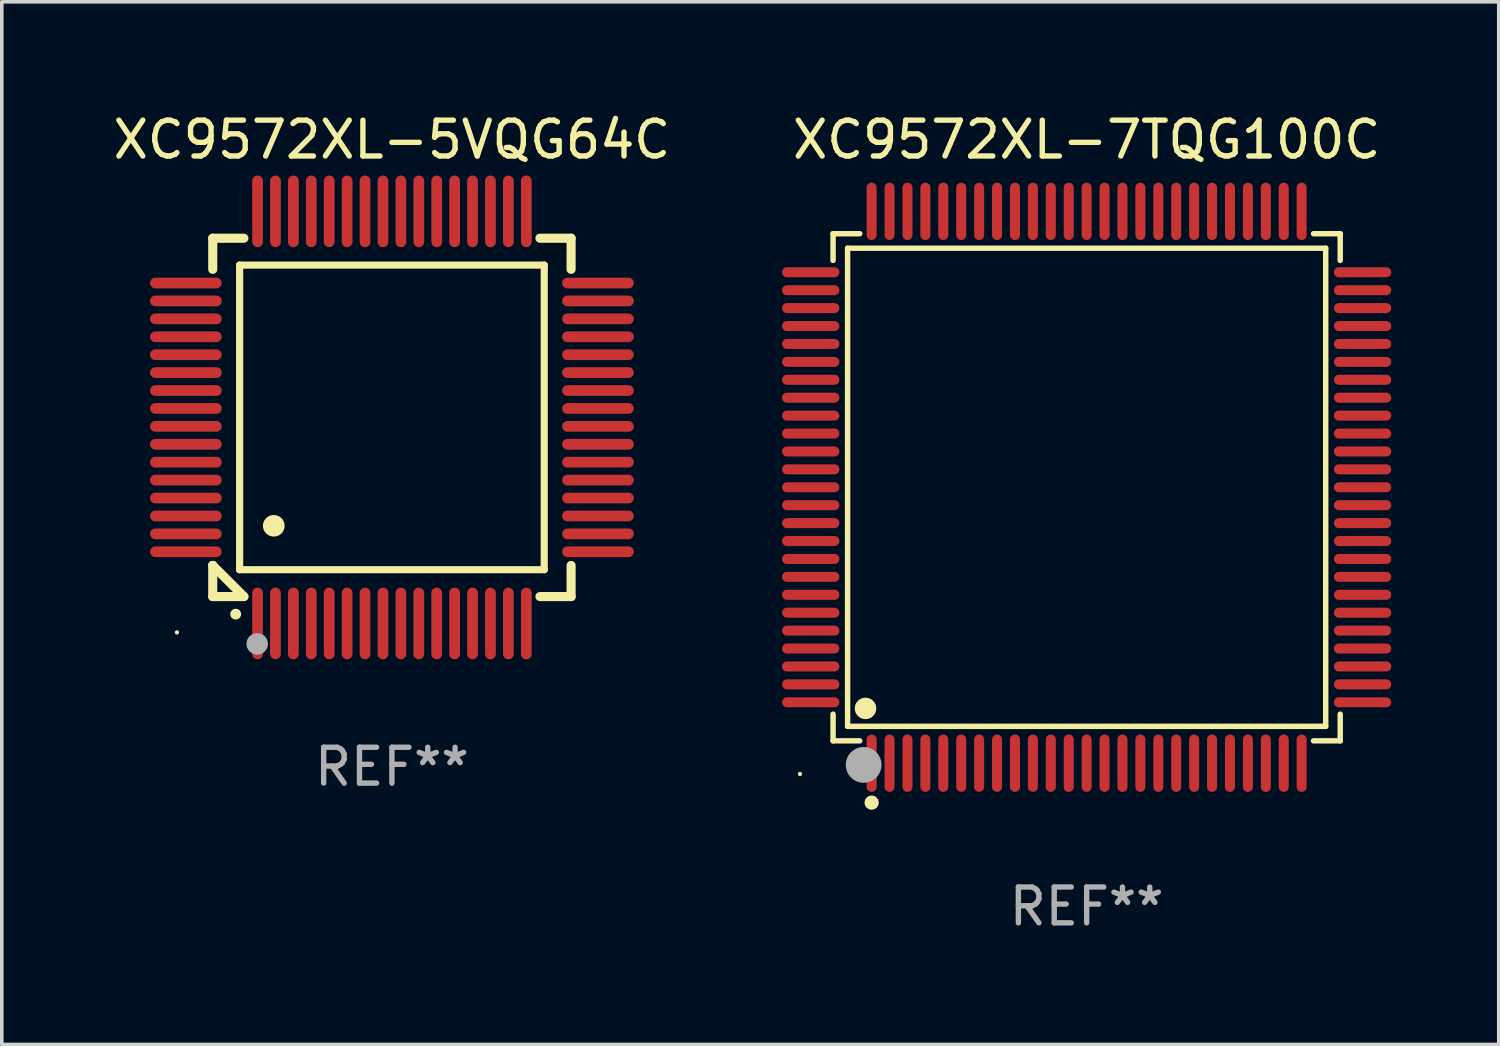
<source format=kicad_pcb>
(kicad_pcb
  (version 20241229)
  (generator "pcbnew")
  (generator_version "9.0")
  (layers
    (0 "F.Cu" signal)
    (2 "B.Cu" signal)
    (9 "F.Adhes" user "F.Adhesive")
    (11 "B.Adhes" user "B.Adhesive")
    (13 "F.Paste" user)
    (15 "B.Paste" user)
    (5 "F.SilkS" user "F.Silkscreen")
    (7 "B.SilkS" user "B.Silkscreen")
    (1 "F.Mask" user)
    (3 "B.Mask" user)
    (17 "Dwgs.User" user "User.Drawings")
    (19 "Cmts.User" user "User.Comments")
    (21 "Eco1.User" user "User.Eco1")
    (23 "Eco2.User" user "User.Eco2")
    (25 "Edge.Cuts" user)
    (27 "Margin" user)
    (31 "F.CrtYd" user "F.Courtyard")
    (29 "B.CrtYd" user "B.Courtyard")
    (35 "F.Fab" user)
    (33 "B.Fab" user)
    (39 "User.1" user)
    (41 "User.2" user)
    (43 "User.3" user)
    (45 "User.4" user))
  (footprint "XC9572XL-7TQG100C"
    (layer "F.Cu")
    (at 27.274 10.548)
    (property "Reference" "XC9572XL-7TQG100C" (at 0 -9.7 0) (layer "F.SilkS") (effects (font (size 1 1) (thickness 0.15))))
    (attr through_hole)
    (fp_line (start -7.076 -7.076) (end -6.331 -7.076) (stroke (width 0.152) (type solid)) (layer "F.SilkS"))
    (fp_line (start -7.076 -6.331) (end -7.076 -7.076) (stroke (width 0.152) (type solid)) (layer "F.SilkS"))
    (fp_line (start -7.076 6.331) (end -7.076 7.076) (stroke (width 0.152) (type solid)) (layer "F.SilkS"))
    (fp_line (start -7.076 7.076) (end -6.331 7.076) (stroke (width 0.152) (type solid)) (layer "F.SilkS"))
    (fp_line (start -6.671 -6.671) (end 6.671 -6.671) (stroke (width 0.152) (type solid)) (layer "F.SilkS"))
    (fp_line (start -6.671 6.671) (end -6.671 -6.671) (stroke (width 0.152) (type solid)) (layer "F.SilkS"))
    (fp_line (start 6.671 -6.671) (end 6.671 6.671) (stroke (width 0.152) (type solid)) (layer "F.SilkS"))
    (fp_line (start 6.671 6.671) (end -6.671 6.671) (stroke (width 0.152) (type solid)) (layer "F.SilkS"))
    (fp_line (start 7.076 -7.076) (end 6.331 -7.076) (stroke (width 0.152) (type solid)) (layer "F.SilkS"))
    (fp_line (start 7.076 -6.331) (end 7.076 -7.076) (stroke (width 0.152) (type solid)) (layer "F.SilkS"))
    (fp_line (start 7.076 6.331) (end 7.076 7.076) (stroke (width 0.152) (type solid)) (layer "F.SilkS"))
    (fp_line (start 7.076 7.076) (end 6.331 7.076) (stroke (width 0.152) (type solid)) (layer "F.SilkS"))
    (fp_circle (center -8 8) (end -7.97 8) (stroke (width 0.06) (type solid)) (fill no) (layer "F.SilkS"))
    (fp_circle (center -6.171 6.171) (end -6.021 6.171) (stroke (width 0.3) (type solid)) (fill no) (layer "F.SilkS"))
    (fp_circle (center -6 8.8) (end -5.9 8.8) (stroke (width 0.2) (type solid)) (fill no) (layer "F.SilkS"))
    (fp_circle (center -6.223 7.747) (end -5.973 7.747) (stroke (width 0.5) (type solid)) (fill no) (layer "F.Fab"))
    (fp_text user "REF**" (at 0 11.7 0) (layer "F.Fab") (effects (font (size 1 1) (thickness 0.15))))
    (pad "1" smd oval (at -6 7.7) (size 0.28 1.6) (layers "F.Cu" "F.Mask" "F.Paste"))
    (pad "2" smd oval (at -5.5 7.7) (size 0.28 1.6) (layers "F.Cu" "F.Mask" "F.Paste"))
    (pad "3" smd oval (at -5 7.7) (size 0.28 1.6) (layers "F.Cu" "F.Mask" "F.Paste"))
    (pad "4" smd oval (at -4.5 7.7) (size 0.28 1.6) (layers "F.Cu" "F.Mask" "F.Paste"))
    (pad "5" smd oval (at -4 7.7) (size 0.28 1.6) (layers "F.Cu" "F.Mask" "F.Paste"))
    (pad "6" smd oval (at -3.5 7.7) (size 0.28 1.6) (layers "F.Cu" "F.Mask" "F.Paste"))
    (pad "7" smd oval (at -3 7.7) (size 0.28 1.6) (layers "F.Cu" "F.Mask" "F.Paste"))
    (pad "8" smd oval (at -2.5 7.7) (size 0.28 1.6) (layers "F.Cu" "F.Mask" "F.Paste"))
    (pad "9" smd oval (at -2 7.7) (size 0.28 1.6) (layers "F.Cu" "F.Mask" "F.Paste"))
    (pad "10" smd oval (at -1.5 7.7) (size 0.28 1.6) (layers "F.Cu" "F.Mask" "F.Paste"))
    (pad "11" smd oval (at -1 7.7) (size 0.28 1.6) (layers "F.Cu" "F.Mask" "F.Paste"))
    (pad "12" smd oval (at -0.5 7.7) (size 0.28 1.6) (layers "F.Cu" "F.Mask" "F.Paste"))
    (pad "13" smd oval (at 0 7.7) (size 0.28 1.6) (layers "F.Cu" "F.Mask" "F.Paste"))
    (pad "14" smd oval (at 0.5 7.7) (size 0.28 1.6) (layers "F.Cu" "F.Mask" "F.Paste"))
    (pad "15" smd oval (at 1 7.7) (size 0.28 1.6) (layers "F.Cu" "F.Mask" "F.Paste"))
    (pad "16" smd oval (at 1.5 7.7) (size 0.28 1.6) (layers "F.Cu" "F.Mask" "F.Paste"))
    (pad "17" smd oval (at 2 7.7) (size 0.28 1.6) (layers "F.Cu" "F.Mask" "F.Paste"))
    (pad "18" smd oval (at 2.5 7.7) (size 0.28 1.6) (layers "F.Cu" "F.Mask" "F.Paste"))
    (pad "19" smd oval (at 3 7.7) (size 0.28 1.6) (layers "F.Cu" "F.Mask" "F.Paste"))
    (pad "20" smd oval (at 3.5 7.7) (size 0.28 1.6) (layers "F.Cu" "F.Mask" "F.Paste"))
    (pad "21" smd oval (at 4 7.7) (size 0.28 1.6) (layers "F.Cu" "F.Mask" "F.Paste"))
    (pad "22" smd oval (at 4.5 7.7) (size 0.28 1.6) (layers "F.Cu" "F.Mask" "F.Paste"))
    (pad "23" smd oval (at 5 7.7) (size 0.28 1.6) (layers "F.Cu" "F.Mask" "F.Paste"))
    (pad "24" smd oval (at 5.5 7.7) (size 0.28 1.6) (layers "F.Cu" "F.Mask" "F.Paste"))
    (pad "25" smd oval (at 6 7.7) (size 0.28 1.6) (layers "F.Cu" "F.Mask" "F.Paste"))
    (pad "26" smd oval (at 7.7 6) (size 1.6 0.28) (layers "F.Cu" "F.Mask" "F.Paste"))
    (pad "27" smd oval (at 7.7 5.5) (size 1.6 0.28) (layers "F.Cu" "F.Mask" "F.Paste"))
    (pad "28" smd oval (at 7.7 5) (size 1.6 0.28) (layers "F.Cu" "F.Mask" "F.Paste"))
    (pad "29" smd oval (at 7.7 4.5) (size 1.6 0.28) (layers "F.Cu" "F.Mask" "F.Paste"))
    (pad "30" smd oval (at 7.7 4) (size 1.6 0.28) (layers "F.Cu" "F.Mask" "F.Paste"))
    (pad "31" smd oval (at 7.7 3.5) (size 1.6 0.28) (layers "F.Cu" "F.Mask" "F.Paste"))
    (pad "32" smd oval (at 7.7 3) (size 1.6 0.28) (layers "F.Cu" "F.Mask" "F.Paste"))
    (pad "33" smd oval (at 7.7 2.5) (size 1.6 0.28) (layers "F.Cu" "F.Mask" "F.Paste"))
    (pad "34" smd oval (at 7.7 2) (size 1.6 0.28) (layers "F.Cu" "F.Mask" "F.Paste"))
    (pad "35" smd oval (at 7.7 1.5) (size 1.6 0.28) (layers "F.Cu" "F.Mask" "F.Paste"))
    (pad "36" smd oval (at 7.7 1) (size 1.6 0.28) (layers "F.Cu" "F.Mask" "F.Paste"))
    (pad "37" smd oval (at 7.7 0.5) (size 1.6 0.28) (layers "F.Cu" "F.Mask" "F.Paste"))
    (pad "38" smd oval (at 7.7 0) (size 1.6 0.28) (layers "F.Cu" "F.Mask" "F.Paste"))
    (pad "39" smd oval (at 7.7 -0.5) (size 1.6 0.28) (layers "F.Cu" "F.Mask" "F.Paste"))
    (pad "40" smd oval (at 7.7 -1) (size 1.6 0.28) (layers "F.Cu" "F.Mask" "F.Paste"))
    (pad "41" smd oval (at 7.7 -1.5) (size 1.6 0.28) (layers "F.Cu" "F.Mask" "F.Paste"))
    (pad "42" smd oval (at 7.7 -2) (size 1.6 0.28) (layers "F.Cu" "F.Mask" "F.Paste"))
    (pad "43" smd oval (at 7.7 -2.5) (size 1.6 0.28) (layers "F.Cu" "F.Mask" "F.Paste"))
    (pad "44" smd oval (at 7.7 -3) (size 1.6 0.28) (layers "F.Cu" "F.Mask" "F.Paste"))
    (pad "45" smd oval (at 7.7 -3.5) (size 1.6 0.28) (layers "F.Cu" "F.Mask" "F.Paste"))
    (pad "46" smd oval (at 7.7 -4) (size 1.6 0.28) (layers "F.Cu" "F.Mask" "F.Paste"))
    (pad "47" smd oval (at 7.7 -4.5) (size 1.6 0.28) (layers "F.Cu" "F.Mask" "F.Paste"))
    (pad "48" smd oval (at 7.7 -5) (size 1.6 0.28) (layers "F.Cu" "F.Mask" "F.Paste"))
    (pad "49" smd oval (at 7.7 -5.5) (size 1.6 0.28) (layers "F.Cu" "F.Mask" "F.Paste"))
    (pad "50" smd oval (at 7.7 -6) (size 1.6 0.28) (layers "F.Cu" "F.Mask" "F.Paste"))
    (pad "51" smd oval (at 6 -7.7) (size 0.28 1.6) (layers "F.Cu" "F.Mask" "F.Paste"))
    (pad "52" smd oval (at 5.5 -7.7) (size 0.28 1.6) (layers "F.Cu" "F.Mask" "F.Paste"))
    (pad "53" smd oval (at 5 -7.7) (size 0.28 1.6) (layers "F.Cu" "F.Mask" "F.Paste"))
    (pad "54" smd oval (at 4.5 -7.7) (size 0.28 1.6) (layers "F.Cu" "F.Mask" "F.Paste"))
    (pad "55" smd oval (at 4 -7.7) (size 0.28 1.6) (layers "F.Cu" "F.Mask" "F.Paste"))
    (pad "56" smd oval (at 3.5 -7.7) (size 0.28 1.6) (layers "F.Cu" "F.Mask" "F.Paste"))
    (pad "57" smd oval (at 3 -7.7) (size 0.28 1.6) (layers "F.Cu" "F.Mask" "F.Paste"))
    (pad "58" smd oval (at 2.5 -7.7) (size 0.28 1.6) (layers "F.Cu" "F.Mask" "F.Paste"))
    (pad "59" smd oval (at 2 -7.7) (size 0.28 1.6) (layers "F.Cu" "F.Mask" "F.Paste"))
    (pad "60" smd oval (at 1.5 -7.7) (size 0.28 1.6) (layers "F.Cu" "F.Mask" "F.Paste"))
    (pad "61" smd oval (at 1 -7.7) (size 0.28 1.6) (layers "F.Cu" "F.Mask" "F.Paste"))
    (pad "62" smd oval (at 0.5 -7.7) (size 0.28 1.6) (layers "F.Cu" "F.Mask" "F.Paste"))
    (pad "63" smd oval (at 0 -7.7) (size 0.28 1.6) (layers "F.Cu" "F.Mask" "F.Paste"))
    (pad "64" smd oval (at -0.5 -7.7) (size 0.28 1.6) (layers "F.Cu" "F.Mask" "F.Paste"))
    (pad "65" smd oval (at -1 -7.7) (size 0.28 1.6) (layers "F.Cu" "F.Mask" "F.Paste"))
    (pad "66" smd oval (at -1.5 -7.7) (size 0.28 1.6) (layers "F.Cu" "F.Mask" "F.Paste"))
    (pad "67" smd oval (at -2 -7.7) (size 0.28 1.6) (layers "F.Cu" "F.Mask" "F.Paste"))
    (pad "68" smd oval (at -2.5 -7.7) (size 0.28 1.6) (layers "F.Cu" "F.Mask" "F.Paste"))
    (pad "69" smd oval (at -3 -7.7) (size 0.28 1.6) (layers "F.Cu" "F.Mask" "F.Paste"))
    (pad "70" smd oval (at -3.5 -7.7) (size 0.28 1.6) (layers "F.Cu" "F.Mask" "F.Paste"))
    (pad "71" smd oval (at -4 -7.7) (size 0.28 1.6) (layers "F.Cu" "F.Mask" "F.Paste"))
    (pad "72" smd oval (at -4.5 -7.7) (size 0.28 1.6) (layers "F.Cu" "F.Mask" "F.Paste"))
    (pad "73" smd oval (at -5 -7.7) (size 0.28 1.6) (layers "F.Cu" "F.Mask" "F.Paste"))
    (pad "74" smd oval (at -5.5 -7.7) (size 0.28 1.6) (layers "F.Cu" "F.Mask" "F.Paste"))
    (pad "75" smd oval (at -6 -7.7) (size 0.28 1.6) (layers "F.Cu" "F.Mask" "F.Paste"))
    (pad "76" smd oval (at -7.7 -6) (size 1.6 0.28) (layers "F.Cu" "F.Mask" "F.Paste"))
    (pad "77" smd oval (at -7.7 -5.5) (size 1.6 0.28) (layers "F.Cu" "F.Mask" "F.Paste"))
    (pad "78" smd oval (at -7.7 -5) (size 1.6 0.28) (layers "F.Cu" "F.Mask" "F.Paste"))
    (pad "79" smd oval (at -7.7 -4.5) (size 1.6 0.28) (layers "F.Cu" "F.Mask" "F.Paste"))
    (pad "80" smd oval (at -7.7 -4) (size 1.6 0.28) (layers "F.Cu" "F.Mask" "F.Paste"))
    (pad "81" smd oval (at -7.7 -3.5) (size 1.6 0.28) (layers "F.Cu" "F.Mask" "F.Paste"))
    (pad "82" smd oval (at -7.7 -3) (size 1.6 0.28) (layers "F.Cu" "F.Mask" "F.Paste"))
    (pad "83" smd oval (at -7.7 -2.5) (size 1.6 0.28) (layers "F.Cu" "F.Mask" "F.Paste"))
    (pad "84" smd oval (at -7.7 -2) (size 1.6 0.28) (layers "F.Cu" "F.Mask" "F.Paste"))
    (pad "85" smd oval (at -7.7 -1.5) (size 1.6 0.28) (layers "F.Cu" "F.Mask" "F.Paste"))
    (pad "86" smd oval (at -7.7 -1) (size 1.6 0.28) (layers "F.Cu" "F.Mask" "F.Paste"))
    (pad "87" smd oval (at -7.7 -0.5) (size 1.6 0.28) (layers "F.Cu" "F.Mask" "F.Paste"))
    (pad "88" smd oval (at -7.7 0) (size 1.6 0.28) (layers "F.Cu" "F.Mask" "F.Paste"))
    (pad "89" smd oval (at -7.7 0.5) (size 1.6 0.28) (layers "F.Cu" "F.Mask" "F.Paste"))
    (pad "90" smd oval (at -7.7 1) (size 1.6 0.28) (layers "F.Cu" "F.Mask" "F.Paste"))
    (pad "91" smd oval (at -7.7 1.5) (size 1.6 0.28) (layers "F.Cu" "F.Mask" "F.Paste"))
    (pad "92" smd oval (at -7.7 2) (size 1.6 0.28) (layers "F.Cu" "F.Mask" "F.Paste"))
    (pad "93" smd oval (at -7.7 2.5) (size 1.6 0.28) (layers "F.Cu" "F.Mask" "F.Paste"))
    (pad "94" smd oval (at -7.7 3) (size 1.6 0.28) (layers "F.Cu" "F.Mask" "F.Paste"))
    (pad "95" smd oval (at -7.7 3.5) (size 1.6 0.28) (layers "F.Cu" "F.Mask" "F.Paste"))
    (pad "96" smd oval (at -7.7 4) (size 1.6 0.28) (layers "F.Cu" "F.Mask" "F.Paste"))
    (pad "97" smd oval (at -7.7 4.5) (size 1.6 0.28) (layers "F.Cu" "F.Mask" "F.Paste"))
    (pad "98" smd oval (at -7.7 5) (size 1.6 0.28) (layers "F.Cu" "F.Mask" "F.Paste"))
    (pad "99" smd oval (at -7.7 5.5) (size 1.6 0.28) (layers "F.Cu" "F.Mask" "F.Paste"))
    (pad "100" smd oval (at -7.7 6) (size 1.6 0.28) (layers "F.Cu" "F.Mask" "F.Paste")))
  (footprint "XC9572XL-5VQG64C"
    (layer "F.Cu")
    (at 7.887 8.598)
    (property "Reference" "XC9572XL-5VQG64C" (at 0 -7.75 0) (layer "F.SilkS") (effects (font (size 1 1) (thickness 0.15))))
    (attr through_hole)
    (fp_line (start -5 -5) (end -4.131 -5) (stroke (width 0.254) (type solid)) (layer "F.SilkS"))
    (fp_line (start -5 -4.131) (end -5 -5) (stroke (width 0.254) (type solid)) (layer "F.SilkS"))
    (fp_line (start -5 4.131) (end -5 4.131) (stroke (width 0.254) (type solid)) (layer "F.SilkS"))
    (fp_line (start -5 5) (end -5 4.131) (stroke (width 0.254) (type solid)) (layer "F.SilkS"))
    (fp_line (start -5 4.131) (end -4.131 5) (stroke (width 0.254) (type solid)) (layer "F.SilkS"))
    (fp_line (start -4.25 -4.25) (end -4.25 4.25) (stroke (width 0.2) (type solid)) (layer "F.SilkS"))
    (fp_line (start -4.25 4.25) (end 4.25 4.25) (stroke (width 0.2) (type solid)) (layer "F.SilkS"))
    (fp_line (start -4.131 5) (end -5 5) (stroke (width 0.254) (type solid)) (layer "F.SilkS"))
    (fp_line (start 4.25 -4.25) (end -4.25 -4.25) (stroke (width 0.2) (type solid)) (layer "F.SilkS"))
    (fp_line (start 4.25 4.25) (end 4.25 -4.25) (stroke (width 0.2) (type solid)) (layer "F.SilkS"))
    (fp_line (start 5 -5) (end 4.131 -5) (stroke (width 0.254) (type solid)) (layer "F.SilkS"))
    (fp_line (start 5 -5) (end 5 -4.131) (stroke (width 0.254) (type solid)) (layer "F.SilkS"))
    (fp_line (start 5 4.131) (end 5 5) (stroke (width 0.254) (type solid)) (layer "F.SilkS"))
    (fp_line (start 5 5) (end 4.131 5) (stroke (width 0.254) (type solid)) (layer "F.SilkS"))
    (fp_arc (start -4.361265 5.489992) (mid -4.359995 5.489987) (end -4.358725 5.489992) (stroke (width 0.3) (type solid)) (layer "F.SilkS"))
    (fp_arc (start -3.299467 3.025146) (mid -3.296927 3.025135) (end -3.294387 3.025146) (stroke (width 0.6) (type solid)) (layer "F.SilkS"))
    (fp_circle (center -6 6) (end -5.97 6) (stroke (width 0.06) (type solid)) (fill no) (layer "F.SilkS"))
    (fp_circle (center -3.76 6.32) (end -3.61 6.32) (stroke (width 0.3) (type solid)) (fill no) (layer "F.Fab"))
    (fp_text user "REF**" (at 0 9.75 0) (layer "F.Fab") (effects (font (size 1 1) (thickness 0.15))))
    (pad "1" smd oval (at -3.75 5.75) (size 0.3 2) (layers "F.Cu" "F.Mask" "F.Paste"))
    (pad "2" smd oval (at -3.25 5.75) (size 0.3 2) (layers "F.Cu" "F.Mask" "F.Paste"))
    (pad "3" smd oval (at -2.75 5.75) (size 0.3 2) (layers "F.Cu" "F.Mask" "F.Paste"))
    (pad "4" smd oval (at -2.25 5.75) (size 0.3 2) (layers "F.Cu" "F.Mask" "F.Paste"))
    (pad "5" smd oval (at -1.75 5.75) (size 0.3 2) (layers "F.Cu" "F.Mask" "F.Paste"))
    (pad "6" smd oval (at -1.25 5.75) (size 0.3 2) (layers "F.Cu" "F.Mask" "F.Paste"))
    (pad "7" smd oval (at -0.75 5.75) (size 0.3 2) (layers "F.Cu" "F.Mask" "F.Paste"))
    (pad "8" smd oval (at -0.25 5.75) (size 0.3 2) (layers "F.Cu" "F.Mask" "F.Paste"))
    (pad "9" smd oval (at 0.25 5.75) (size 0.3 2) (layers "F.Cu" "F.Mask" "F.Paste"))
    (pad "10" smd oval (at 0.75 5.75) (size 0.3 2) (layers "F.Cu" "F.Mask" "F.Paste"))
    (pad "11" smd oval (at 1.25 5.75) (size 0.3 2) (layers "F.Cu" "F.Mask" "F.Paste"))
    (pad "12" smd oval (at 1.75 5.75) (size 0.3 2) (layers "F.Cu" "F.Mask" "F.Paste"))
    (pad "13" smd oval (at 2.25 5.75) (size 0.3 2) (layers "F.Cu" "F.Mask" "F.Paste"))
    (pad "14" smd oval (at 2.75 5.75) (size 0.3 2) (layers "F.Cu" "F.Mask" "F.Paste"))
    (pad "15" smd oval (at 3.25 5.75) (size 0.3 2) (layers "F.Cu" "F.Mask" "F.Paste"))
    (pad "16" smd oval (at 3.75 5.75) (size 0.3 2) (layers "F.Cu" "F.Mask" "F.Paste"))
    (pad "17" smd oval (at 5.75 3.75) (size 2 0.3) (layers "F.Cu" "F.Mask" "F.Paste"))
    (pad "18" smd oval (at 5.75 3.25) (size 2 0.3) (layers "F.Cu" "F.Mask" "F.Paste"))
    (pad "19" smd oval (at 5.75 2.75) (size 2 0.3) (layers "F.Cu" "F.Mask" "F.Paste"))
    (pad "20" smd oval (at 5.75 2.25) (size 2 0.3) (layers "F.Cu" "F.Mask" "F.Paste"))
    (pad "21" smd oval (at 5.75 1.75) (size 2 0.3) (layers "F.Cu" "F.Mask" "F.Paste"))
    (pad "22" smd oval (at 5.75 1.25) (size 2 0.3) (layers "F.Cu" "F.Mask" "F.Paste"))
    (pad "23" smd oval (at 5.75 0.75) (size 2 0.3) (layers "F.Cu" "F.Mask" "F.Paste"))
    (pad "24" smd oval (at 5.75 0.25) (size 2 0.3) (layers "F.Cu" "F.Mask" "F.Paste"))
    (pad "25" smd oval (at 5.75 -0.25) (size 2 0.3) (layers "F.Cu" "F.Mask" "F.Paste"))
    (pad "26" smd oval (at 5.75 -0.75) (size 2 0.3) (layers "F.Cu" "F.Mask" "F.Paste"))
    (pad "27" smd oval (at 5.75 -1.25) (size 2 0.3) (layers "F.Cu" "F.Mask" "F.Paste"))
    (pad "28" smd oval (at 5.75 -1.75) (size 2 0.3) (layers "F.Cu" "F.Mask" "F.Paste"))
    (pad "29" smd oval (at 5.75 -2.25) (size 2 0.3) (layers "F.Cu" "F.Mask" "F.Paste"))
    (pad "30" smd oval (at 5.75 -2.75) (size 2 0.3) (layers "F.Cu" "F.Mask" "F.Paste"))
    (pad "31" smd oval (at 5.75 -3.25) (size 2 0.3) (layers "F.Cu" "F.Mask" "F.Paste"))
    (pad "32" smd oval (at 5.75 -3.75) (size 2 0.3) (layers "F.Cu" "F.Mask" "F.Paste"))
    (pad "33" smd oval (at 3.75 -5.75) (size 0.3 2) (layers "F.Cu" "F.Mask" "F.Paste"))
    (pad "34" smd oval (at 3.25 -5.75) (size 0.3 2) (layers "F.Cu" "F.Mask" "F.Paste"))
    (pad "35" smd oval (at 2.75 -5.75) (size 0.3 2) (layers "F.Cu" "F.Mask" "F.Paste"))
    (pad "36" smd oval (at 2.25 -5.75) (size 0.3 2) (layers "F.Cu" "F.Mask" "F.Paste"))
    (pad "37" smd oval (at 1.75 -5.75) (size 0.3 2) (layers "F.Cu" "F.Mask" "F.Paste"))
    (pad "38" smd oval (at 1.25 -5.75) (size 0.3 2) (layers "F.Cu" "F.Mask" "F.Paste"))
    (pad "39" smd oval (at 0.75 -5.75) (size 0.3 2) (layers "F.Cu" "F.Mask" "F.Paste"))
    (pad "40" smd oval (at 0.25 -5.75) (size 0.3 2) (layers "F.Cu" "F.Mask" "F.Paste"))
    (pad "41" smd oval (at -0.25 -5.75) (size 0.3 2) (layers "F.Cu" "F.Mask" "F.Paste"))
    (pad "42" smd oval (at -0.75 -5.75) (size 0.3 2) (layers "F.Cu" "F.Mask" "F.Paste"))
    (pad "43" smd oval (at -1.25 -5.75) (size 0.3 2) (layers "F.Cu" "F.Mask" "F.Paste"))
    (pad "44" smd oval (at -1.75 -5.75) (size 0.3 2) (layers "F.Cu" "F.Mask" "F.Paste"))
    (pad "45" smd oval (at -2.25 -5.75) (size 0.3 2) (layers "F.Cu" "F.Mask" "F.Paste"))
    (pad "46" smd oval (at -2.75 -5.75) (size 0.3 2) (layers "F.Cu" "F.Mask" "F.Paste"))
    (pad "47" smd oval (at -3.25 -5.75) (size 0.3 2) (layers "F.Cu" "F.Mask" "F.Paste"))
    (pad "48" smd oval (at -3.75 -5.75) (size 0.3 2) (layers "F.Cu" "F.Mask" "F.Paste"))
    (pad "49" smd oval (at -5.75 -3.75) (size 2 0.3) (layers "F.Cu" "F.Mask" "F.Paste"))
    (pad "50" smd oval (at -5.75 -3.25) (size 2 0.3) (layers "F.Cu" "F.Mask" "F.Paste"))
    (pad "51" smd oval (at -5.75 -2.75) (size 2 0.3) (layers "F.Cu" "F.Mask" "F.Paste"))
    (pad "52" smd oval (at -5.75 -2.25) (size 2 0.3) (layers "F.Cu" "F.Mask" "F.Paste"))
    (pad "53" smd oval (at -5.75 -1.75) (size 2 0.3) (layers "F.Cu" "F.Mask" "F.Paste"))
    (pad "54" smd oval (at -5.75 -1.25) (size 2 0.3) (layers "F.Cu" "F.Mask" "F.Paste"))
    (pad "55" smd oval (at -5.75 -0.75) (size 2 0.3) (layers "F.Cu" "F.Mask" "F.Paste"))
    (pad "56" smd oval (at -5.75 -0.25) (size 2 0.3) (layers "F.Cu" "F.Mask" "F.Paste"))
    (pad "57" smd oval (at -5.75 0.25) (size 2 0.3) (layers "F.Cu" "F.Mask" "F.Paste"))
    (pad "58" smd oval (at -5.75 0.75) (size 2 0.3) (layers "F.Cu" "F.Mask" "F.Paste"))
    (pad "59" smd oval (at -5.75 1.25) (size 2 0.3) (layers "F.Cu" "F.Mask" "F.Paste"))
    (pad "60" smd oval (at -5.75 1.75) (size 2 0.3) (layers "F.Cu" "F.Mask" "F.Paste"))
    (pad "61" smd oval (at -5.75 2.25) (size 2 0.3) (layers "F.Cu" "F.Mask" "F.Paste"))
    (pad "62" smd oval (at -5.75 2.75) (size 2 0.3) (layers "F.Cu" "F.Mask" "F.Paste"))
    (pad "63" smd oval (at -5.75 3.25) (size 2 0.3) (layers "F.Cu" "F.Mask" "F.Paste"))
    (pad "64" smd oval (at -5.75 3.75) (size 2 0.3) (layers "F.Cu" "F.Mask" "F.Paste")))
  (gr_rect
    (start -3 -3)
    (end 38.774 26.097)
    (stroke (width 0.1) (type default))
    (fill no)
    (layer "Edge.Cuts")))
</source>
